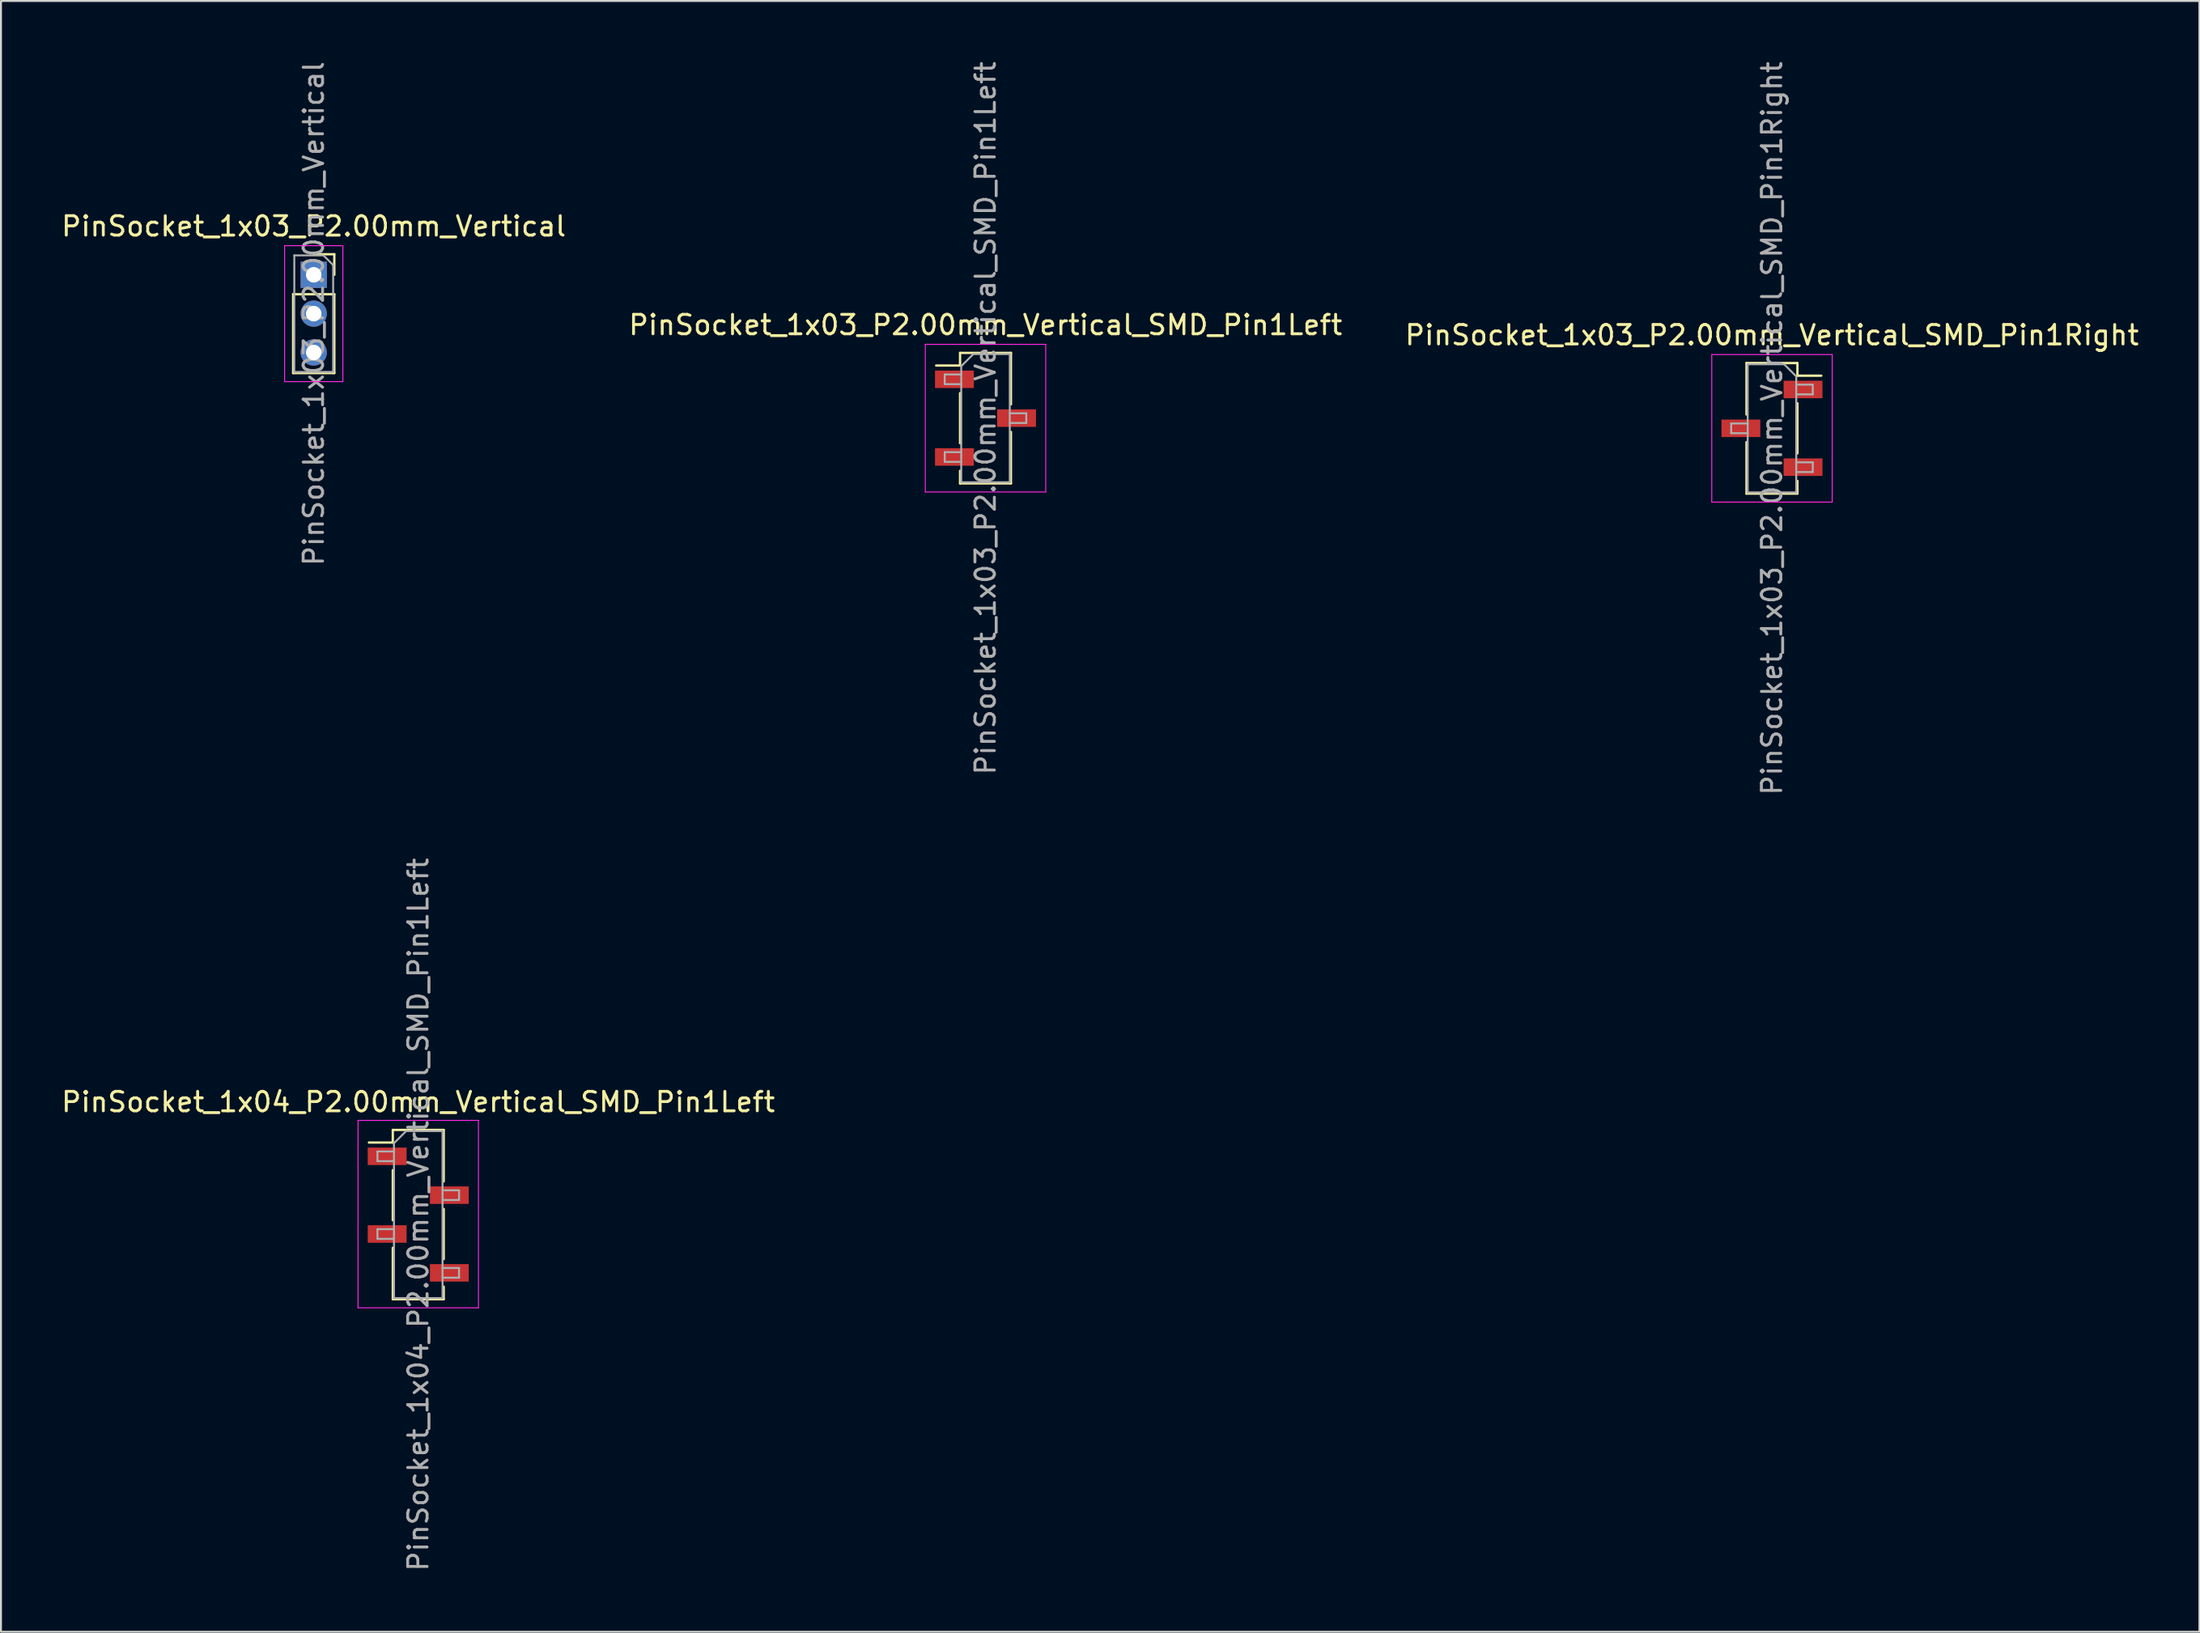
<source format=kicad_pcb>
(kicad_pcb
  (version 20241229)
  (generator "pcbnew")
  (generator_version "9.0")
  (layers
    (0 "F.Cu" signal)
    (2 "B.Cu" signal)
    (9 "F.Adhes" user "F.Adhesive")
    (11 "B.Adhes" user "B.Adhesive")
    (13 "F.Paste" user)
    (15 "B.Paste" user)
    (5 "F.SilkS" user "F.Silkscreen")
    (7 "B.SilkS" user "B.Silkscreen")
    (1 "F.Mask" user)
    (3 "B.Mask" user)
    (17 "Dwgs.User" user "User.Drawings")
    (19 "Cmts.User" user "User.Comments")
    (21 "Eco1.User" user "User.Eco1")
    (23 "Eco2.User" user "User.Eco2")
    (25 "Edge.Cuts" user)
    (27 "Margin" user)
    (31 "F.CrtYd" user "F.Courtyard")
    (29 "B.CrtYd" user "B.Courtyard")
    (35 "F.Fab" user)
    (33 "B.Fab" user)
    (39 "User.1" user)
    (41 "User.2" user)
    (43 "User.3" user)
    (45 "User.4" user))
  (footprint "PinSocket_1x03_P2.00mm_Vertical"
    (layer "F.Cu")
    (at 13.101 11.101)
    (property "Reference" "PinSocket_1x03_P2.00mm_Vertical" (at 0 -2.5 0) (layer "F.SilkS") (effects (font (size 1 1) (thickness 0.15))))
    (attr through_hole)
    (fp_line (start -1.06 1) (end -1.06 5.06) (stroke (width 0.12) (type solid)) (layer "F.SilkS"))
    (fp_line (start -1.06 1) (end 1.06 1) (stroke (width 0.12) (type solid)) (layer "F.SilkS"))
    (fp_line (start -1.06 5.06) (end 1.06 5.06) (stroke (width 0.12) (type solid)) (layer "F.SilkS"))
    (fp_line (start 0 -1.06) (end 1.06 -1.06) (stroke (width 0.12) (type solid)) (layer "F.SilkS"))
    (fp_line (start 1.06 -1.06) (end 1.06 0) (stroke (width 0.12) (type solid)) (layer "F.SilkS"))
    (fp_line (start 1.06 1) (end 1.06 5.06) (stroke (width 0.12) (type solid)) (layer "F.SilkS"))
    (fp_line (start -1.5 -1.5) (end 1.5 -1.5) (stroke (width 0.05) (type solid)) (layer "F.CrtYd"))
    (fp_line (start -1.5 5.5) (end -1.5 -1.5) (stroke (width 0.05) (type solid)) (layer "F.CrtYd"))
    (fp_line (start 1.5 -1.5) (end 1.5 5.5) (stroke (width 0.05) (type solid)) (layer "F.CrtYd"))
    (fp_line (start 1.5 5.5) (end -1.5 5.5) (stroke (width 0.05) (type solid)) (layer "F.CrtYd"))
    (fp_line (start -1 -1) (end 0.5 -1) (stroke (width 0.1) (type solid)) (layer "F.Fab"))
    (fp_line (start -1 5) (end -1 -1) (stroke (width 0.1) (type solid)) (layer "F.Fab"))
    (fp_line (start 0.5 -1) (end 1 -0.5) (stroke (width 0.1) (type solid)) (layer "F.Fab"))
    (fp_line (start 1 -0.5) (end 1 5) (stroke (width 0.1) (type solid)) (layer "F.Fab"))
    (fp_line (start 1 5) (end -1 5) (stroke (width 0.1) (type solid)) (layer "F.Fab"))
    (fp_text user "${REFERENCE}" (at 0 2 90) (layer "F.Fab") (effects (font (size 1 1) (thickness 0.15))))
    (pad "1" thru_hole rect (at 0 0) (size 1.35 1.35) (drill 0.8) (layers "*.Cu" "*.Mask"))
    (pad "2" thru_hole circle (at 0 2) (size 1.35 1.35) (drill 0.8) (layers "*.Cu" "*.Mask"))
    (pad "3" thru_hole circle (at 0 4) (size 1.35 1.35) (drill 0.8) (layers "*.Cu" "*.Mask")))
  (footprint "PinSocket_1x03_P2.00mm_Vertical_SMD_Pin1Right"
    (layer "F.Cu")
    (at 88.173 19.006)
    (property "Reference" "PinSocket_1x03_P2.00mm_Vertical_SMD_Pin1Right" (at 0 -4.8 0) (layer "F.SilkS") (effects (font (size 1 1) (thickness 0.15))))
    (attr smd)
    (fp_line (start -1.31 -3.36) (end -1.31 -0.71) (stroke (width 0.12) (type solid)) (layer "F.SilkS"))
    (fp_line (start -1.31 -3.36) (end 1.31 -3.36) (stroke (width 0.12) (type solid)) (layer "F.SilkS"))
    (fp_line (start -1.31 0.71) (end -1.31 3.36) (stroke (width 0.12) (type solid)) (layer "F.SilkS"))
    (fp_line (start -1.31 3.36) (end 1.31 3.36) (stroke (width 0.12) (type solid)) (layer "F.SilkS"))
    (fp_line (start 1.31 -3.36) (end 1.31 -2.71) (stroke (width 0.12) (type solid)) (layer "F.SilkS"))
    (fp_line (start 1.31 -2.71) (end 2.54 -2.71) (stroke (width 0.12) (type solid)) (layer "F.SilkS"))
    (fp_line (start 1.31 -1.29) (end 1.31 1.29) (stroke (width 0.12) (type solid)) (layer "F.SilkS"))
    (fp_line (start 1.31 2.71) (end 1.31 3.36) (stroke (width 0.12) (type solid)) (layer "F.SilkS"))
    (fp_line (start -3.1 -3.8) (end 3.1 -3.8) (stroke (width 0.05) (type solid)) (layer "F.CrtYd"))
    (fp_line (start -3.1 3.8) (end -3.1 -3.8) (stroke (width 0.05) (type solid)) (layer "F.CrtYd"))
    (fp_line (start 3.1 -3.8) (end 3.1 3.8) (stroke (width 0.05) (type solid)) (layer "F.CrtYd"))
    (fp_line (start 3.1 3.8) (end -3.1 3.8) (stroke (width 0.05) (type solid)) (layer "F.CrtYd"))
    (fp_line (start -2.1 -0.25) (end -1.25 -0.25) (stroke (width 0.1) (type solid)) (layer "F.Fab"))
    (fp_line (start -2.1 0.25) (end -2.1 -0.25) (stroke (width 0.1) (type solid)) (layer "F.Fab"))
    (fp_line (start -1.25 -3.3) (end 0.625 -3.3) (stroke (width 0.1) (type solid)) (layer "F.Fab"))
    (fp_line (start -1.25 0.25) (end -2.1 0.25) (stroke (width 0.1) (type solid)) (layer "F.Fab"))
    (fp_line (start -1.25 3.3) (end -1.25 -3.3) (stroke (width 0.1) (type solid)) (layer "F.Fab"))
    (fp_line (start 0.625 -3.3) (end 1.25 -2.675) (stroke (width 0.1) (type solid)) (layer "F.Fab"))
    (fp_line (start 1.25 -2.675) (end 1.25 3.3) (stroke (width 0.1) (type solid)) (layer "F.Fab"))
    (fp_line (start 1.25 -2.25) (end 2.1 -2.25) (stroke (width 0.1) (type solid)) (layer "F.Fab"))
    (fp_line (start 1.25 1.75) (end 2.1 1.75) (stroke (width 0.1) (type solid)) (layer "F.Fab"))
    (fp_line (start 1.25 3.3) (end -1.25 3.3) (stroke (width 0.1) (type solid)) (layer "F.Fab"))
    (fp_line (start 2.1 -2.25) (end 2.1 -1.75) (stroke (width 0.1) (type solid)) (layer "F.Fab"))
    (fp_line (start 2.1 -1.75) (end 1.25 -1.75) (stroke (width 0.1) (type solid)) (layer "F.Fab"))
    (fp_line (start 2.1 1.75) (end 2.1 2.25) (stroke (width 0.1) (type solid)) (layer "F.Fab"))
    (fp_line (start 2.1 2.25) (end 1.25 2.25) (stroke (width 0.1) (type solid)) (layer "F.Fab"))
    (fp_text user "${REFERENCE}" (at 0 0 90) (layer "F.Fab") (effects (font (size 1 1) (thickness 0.15))))
    (pad "1" smd rect (at 1.6 -2) (size 2 0.9) (layers "F.Cu" "F.Mask" "F.Paste"))
    (pad "2" smd rect (at -1.6 0) (size 2 0.9) (layers "F.Cu" "F.Mask" "F.Paste"))
    (pad "3" smd rect (at 1.6 2) (size 2 0.9) (layers "F.Cu" "F.Mask" "F.Paste")))
  (footprint "PinSocket_1x04_P2.00mm_Vertical_SMD_Pin1Left"
    (layer "F.Cu")
    (at 18.482 59.494)
    (property "Reference" "PinSocket_1x04_P2.00mm_Vertical_SMD_Pin1Left" (at 0 -5.8 0) (layer "F.SilkS") (effects (font (size 1 1) (thickness 0.15))))
    (attr smd)
    (fp_line (start -2.54 -3.71) (end -1.31 -3.71) (stroke (width 0.12) (type solid)) (layer "F.SilkS"))
    (fp_line (start -1.31 -4.36) (end -1.31 -3.71) (stroke (width 0.12) (type solid)) (layer "F.SilkS"))
    (fp_line (start -1.31 -4.36) (end 1.31 -4.36) (stroke (width 0.12) (type solid)) (layer "F.SilkS"))
    (fp_line (start -1.31 -2.29) (end -1.31 0.29) (stroke (width 0.12) (type solid)) (layer "F.SilkS"))
    (fp_line (start -1.31 1.71) (end -1.31 4.36) (stroke (width 0.12) (type solid)) (layer "F.SilkS"))
    (fp_line (start -1.31 4.36) (end 1.31 4.36) (stroke (width 0.12) (type solid)) (layer "F.SilkS"))
    (fp_line (start 1.31 -4.36) (end 1.31 -1.71) (stroke (width 0.12) (type solid)) (layer "F.SilkS"))
    (fp_line (start 1.31 -0.29) (end 1.31 2.29) (stroke (width 0.12) (type solid)) (layer "F.SilkS"))
    (fp_line (start 1.31 3.71) (end 1.31 4.36) (stroke (width 0.12) (type solid)) (layer "F.SilkS"))
    (fp_line (start -3.1 -4.85) (end 3.1 -4.85) (stroke (width 0.05) (type solid)) (layer "F.CrtYd"))
    (fp_line (start -3.1 4.8) (end -3.1 -4.85) (stroke (width 0.05) (type solid)) (layer "F.CrtYd"))
    (fp_line (start 3.1 -4.85) (end 3.1 4.8) (stroke (width 0.05) (type solid)) (layer "F.CrtYd"))
    (fp_line (start 3.1 4.8) (end -3.1 4.8) (stroke (width 0.05) (type solid)) (layer "F.CrtYd"))
    (fp_line (start -2.1 -3.25) (end -1.25 -3.25) (stroke (width 0.1) (type solid)) (layer "F.Fab"))
    (fp_line (start -2.1 -2.75) (end -2.1 -3.25) (stroke (width 0.1) (type solid)) (layer "F.Fab"))
    (fp_line (start -2.1 0.75) (end -1.25 0.75) (stroke (width 0.1) (type solid)) (layer "F.Fab"))
    (fp_line (start -2.1 1.25) (end -2.1 0.75) (stroke (width 0.1) (type solid)) (layer "F.Fab"))
    (fp_line (start -1.25 -3.675) (end -0.625 -4.3) (stroke (width 0.1) (type solid)) (layer "F.Fab"))
    (fp_line (start -1.25 -2.75) (end -2.1 -2.75) (stroke (width 0.1) (type solid)) (layer "F.Fab"))
    (fp_line (start -1.25 1.25) (end -2.1 1.25) (stroke (width 0.1) (type solid)) (layer "F.Fab"))
    (fp_line (start -1.25 4.3) (end -1.25 -3.675) (stroke (width 0.1) (type solid)) (layer "F.Fab"))
    (fp_line (start -0.625 -4.3) (end 1.25 -4.3) (stroke (width 0.1) (type solid)) (layer "F.Fab"))
    (fp_line (start 1.25 -4.3) (end 1.25 4.3) (stroke (width 0.1) (type solid)) (layer "F.Fab"))
    (fp_line (start 1.25 -1.25) (end 2.1 -1.25) (stroke (width 0.1) (type solid)) (layer "F.Fab"))
    (fp_line (start 1.25 2.75) (end 2.1 2.75) (stroke (width 0.1) (type solid)) (layer "F.Fab"))
    (fp_line (start 1.25 4.3) (end -1.25 4.3) (stroke (width 0.1) (type solid)) (layer "F.Fab"))
    (fp_line (start 2.1 -1.25) (end 2.1 -0.75) (stroke (width 0.1) (type solid)) (layer "F.Fab"))
    (fp_line (start 2.1 -0.75) (end 1.25 -0.75) (stroke (width 0.1) (type solid)) (layer "F.Fab"))
    (fp_line (start 2.1 2.75) (end 2.1 3.25) (stroke (width 0.1) (type solid)) (layer "F.Fab"))
    (fp_line (start 2.1 3.25) (end 1.25 3.25) (stroke (width 0.1) (type solid)) (layer "F.Fab"))
    (fp_text user "${REFERENCE}" (at 0 0 90) (layer "F.Fab") (effects (font (size 1 1) (thickness 0.15))))
    (pad "1" smd rect (at -1.6 -3) (size 2 0.9) (layers "F.Cu" "F.Mask" "F.Paste"))
    (pad "2" smd rect (at 1.6 -1) (size 2 0.9) (layers "F.Cu" "F.Mask" "F.Paste"))
    (pad "3" smd rect (at -1.6 1) (size 2 0.9) (layers "F.Cu" "F.Mask" "F.Paste"))
    (pad "4" smd rect (at 1.6 3) (size 2 0.9) (layers "F.Cu" "F.Mask" "F.Paste")))
  (footprint "PinSocket_1x03_P2.00mm_Vertical_SMD_Pin1Left"
    (layer "F.Cu")
    (at 47.685 18.482)
    (property "Reference" "PinSocket_1x03_P2.00mm_Vertical_SMD_Pin1Left" (at 0 -4.8 0) (layer "F.SilkS") (effects (font (size 1 1) (thickness 0.15))))
    (attr smd)
    (fp_line (start -2.54 -2.71) (end -1.31 -2.71) (stroke (width 0.12) (type solid)) (layer "F.SilkS"))
    (fp_line (start -1.31 -3.36) (end -1.31 -2.71) (stroke (width 0.12) (type solid)) (layer "F.SilkS"))
    (fp_line (start -1.31 -3.36) (end 1.31 -3.36) (stroke (width 0.12) (type solid)) (layer "F.SilkS"))
    (fp_line (start -1.31 -1.29) (end -1.31 1.29) (stroke (width 0.12) (type solid)) (layer "F.SilkS"))
    (fp_line (start -1.31 2.71) (end -1.31 3.36) (stroke (width 0.12) (type solid)) (layer "F.SilkS"))
    (fp_line (start -1.31 3.36) (end 1.31 3.36) (stroke (width 0.12) (type solid)) (layer "F.SilkS"))
    (fp_line (start 1.31 -3.36) (end 1.31 -0.71) (stroke (width 0.12) (type solid)) (layer "F.SilkS"))
    (fp_line (start 1.31 0.71) (end 1.31 3.36) (stroke (width 0.12) (type solid)) (layer "F.SilkS"))
    (fp_line (start -3.1 -3.8) (end 3.1 -3.8) (stroke (width 0.05) (type solid)) (layer "F.CrtYd"))
    (fp_line (start -3.1 3.8) (end -3.1 -3.8) (stroke (width 0.05) (type solid)) (layer "F.CrtYd"))
    (fp_line (start 3.1 -3.8) (end 3.1 3.8) (stroke (width 0.05) (type solid)) (layer "F.CrtYd"))
    (fp_line (start 3.1 3.8) (end -3.1 3.8) (stroke (width 0.05) (type solid)) (layer "F.CrtYd"))
    (fp_line (start -2.1 -2.25) (end -1.25 -2.25) (stroke (width 0.1) (type solid)) (layer "F.Fab"))
    (fp_line (start -2.1 -1.75) (end -2.1 -2.25) (stroke (width 0.1) (type solid)) (layer "F.Fab"))
    (fp_line (start -2.1 1.75) (end -1.25 1.75) (stroke (width 0.1) (type solid)) (layer "F.Fab"))
    (fp_line (start -2.1 2.25) (end -2.1 1.75) (stroke (width 0.1) (type solid)) (layer "F.Fab"))
    (fp_line (start -1.25 -2.675) (end -0.625 -3.3) (stroke (width 0.1) (type solid)) (layer "F.Fab"))
    (fp_line (start -1.25 -1.75) (end -2.1 -1.75) (stroke (width 0.1) (type solid)) (layer "F.Fab"))
    (fp_line (start -1.25 2.25) (end -2.1 2.25) (stroke (width 0.1) (type solid)) (layer "F.Fab"))
    (fp_line (start -1.25 3.3) (end -1.25 -2.675) (stroke (width 0.1) (type solid)) (layer "F.Fab"))
    (fp_line (start -0.625 -3.3) (end 1.25 -3.3) (stroke (width 0.1) (type solid)) (layer "F.Fab"))
    (fp_line (start 1.25 -3.3) (end 1.25 3.3) (stroke (width 0.1) (type solid)) (layer "F.Fab"))
    (fp_line (start 1.25 -0.25) (end 2.1 -0.25) (stroke (width 0.1) (type solid)) (layer "F.Fab"))
    (fp_line (start 1.25 3.3) (end -1.25 3.3) (stroke (width 0.1) (type solid)) (layer "F.Fab"))
    (fp_line (start 2.1 -0.25) (end 2.1 0.25) (stroke (width 0.1) (type solid)) (layer "F.Fab"))
    (fp_line (start 2.1 0.25) (end 1.25 0.25) (stroke (width 0.1) (type solid)) (layer "F.Fab"))
    (fp_text user "${REFERENCE}" (at 0 0 90) (layer "F.Fab") (effects (font (size 1 1) (thickness 0.15))))
    (pad "1" smd rect (at -1.6 -2) (size 2 0.9) (layers "F.Cu" "F.Mask" "F.Paste"))
    (pad "2" smd rect (at 1.6 0) (size 2 0.9) (layers "F.Cu" "F.Mask" "F.Paste"))
    (pad "3" smd rect (at -1.6 2) (size 2 0.9) (layers "F.Cu" "F.Mask" "F.Paste")))
  (gr_rect
    (start -3 -3)
    (end 110.179 80.976)
    (stroke (width 0.1) (type default))
    (fill no)
    (layer "Edge.Cuts")))
</source>
